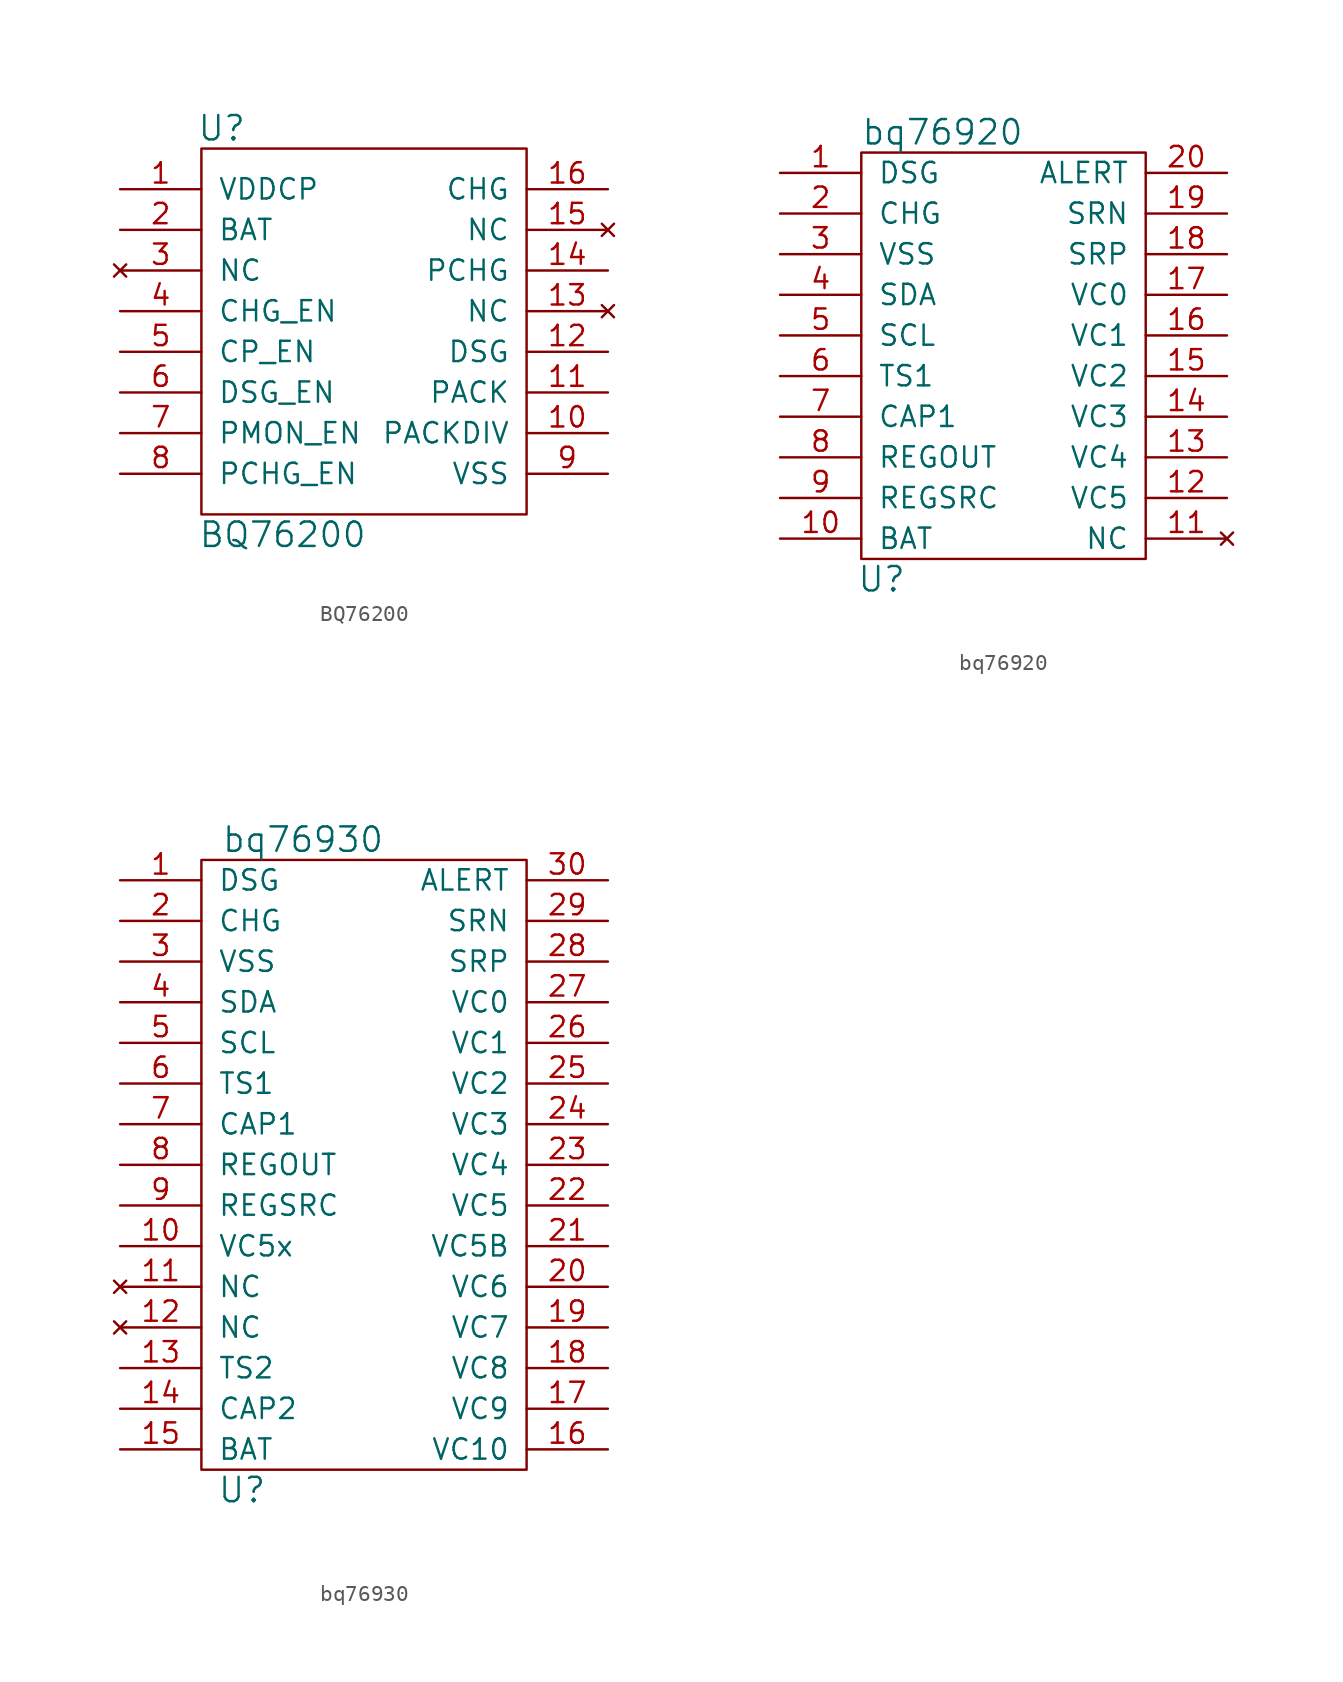
<source format=kicad_sym>
(kicad_symbol_lib
  (version 20211014)
  (generator kicad_symbol_editor)
  (symbol "BQ76200"
    (pin_names
      (offset 1.016))
    (property "Reference" "U"
      (at -8.89 12.7 0)
      (effects (font (size 1.524 1.524))))
    (property "Value" "BQ76200"
      (at -5.08 -12.7 0)
      (effects (font (size 1.524 1.524))))
    (symbol "BQ76200_0_1"
      (rectangle (start -10.16 11.43) (end 10.16 -11.43) (stroke (width 0) (type default) (color 0 0 0 0)) (fill (type none))))
    (symbol "BQ76200_1_1"
      (pin output line (at -15.24 8.89 0) (length 5.08) (name "VDDCP" (effects (font (size 1.27 1.27)))) (number "1" (effects (font (size 1.27 1.27)))))
      (pin power_out line (at 15.24 -6.35 180) (length 5.08) (name "PACKDIV" (effects (font (size 1.27 1.27)))) (number "10" (effects (font (size 1.27 1.27)))))
      (pin power_in line (at 15.24 -3.81 180) (length 5.08) (name "PACK" (effects (font (size 1.27 1.27)))) (number "11" (effects (font (size 1.27 1.27)))))
      (pin output line (at 15.24 -1.27 180) (length 5.08) (name "DSG" (effects (font (size 1.27 1.27)))) (number "12" (effects (font (size 1.27 1.27)))))
      (pin no_connect line (at 15.24 1.27 180) (length 5.08) (name "NC" (effects (font (size 1.27 1.27)))) (number "13" (effects (font (size 1.27 1.27)))))
      (pin output line (at 15.24 3.81 180) (length 5.08) (name "PCHG" (effects (font (size 1.27 1.27)))) (number "14" (effects (font (size 1.27 1.27)))))
      (pin no_connect line (at 15.24 6.35 180) (length 5.08) (name "NC" (effects (font (size 1.27 1.27)))) (number "15" (effects (font (size 1.27 1.27)))))
      (pin output line (at 15.24 8.89 180) (length 5.08) (name "CHG" (effects (font (size 1.27 1.27)))) (number "16" (effects (font (size 1.27 1.27)))))
      (pin power_in line (at -15.24 6.35 0) (length 5.08) (name "BAT" (effects (font (size 1.27 1.27)))) (number "2" (effects (font (size 1.27 1.27)))))
      (pin no_connect line (at -15.24 3.81 0) (length 5.08) (name "NC" (effects (font (size 1.27 1.27)))) (number "3" (effects (font (size 1.27 1.27)))))
      (pin input line (at -15.24 1.27 0) (length 5.08) (name "CHG_EN" (effects (font (size 1.27 1.27)))) (number "4" (effects (font (size 1.27 1.27)))))
      (pin input line (at -15.24 -1.27 0) (length 5.08) (name "CP_EN" (effects (font (size 1.27 1.27)))) (number "5" (effects (font (size 1.27 1.27)))))
      (pin input line (at -15.24 -3.81 0) (length 5.08) (name "DSG_EN" (effects (font (size 1.27 1.27)))) (number "6" (effects (font (size 1.27 1.27)))))
      (pin input line (at -15.24 -6.35 0) (length 5.08) (name "PMON_EN" (effects (font (size 1.27 1.27)))) (number "7" (effects (font (size 1.27 1.27)))))
      (pin input line (at -15.24 -8.89 0) (length 5.08) (name "PCHG_EN" (effects (font (size 1.27 1.27)))) (number "8" (effects (font (size 1.27 1.27)))))
      (pin power_in line (at 15.24 -8.89 180) (length 5.08) (name "VSS" (effects (font (size 1.27 1.27)))) (number "9" (effects (font (size 1.27 1.27)))))))
  (symbol "bq76920"
    (pin_names
      (offset 1.016))
    (property "Reference" "U"
      (at -7.62 -13.97 0)
      (effects (font (size 1.524 1.524))))
    (property "Value" "bq76920"
      (at -3.81 13.97 0)
      (effects (font (size 1.524 1.524))))
    (symbol "bq76920_0_1"
      (rectangle (start -8.89 12.7) (end 8.89 -12.7) (stroke (width 0) (type default) (color 0 0 0 0)) (fill (type none))))
    (symbol "bq76920_1_1"
      (pin output line (at -13.97 11.43 0) (length 5.08) (name "DSG" (effects (font (size 1.27 1.27)))) (number "1" (effects (font (size 1.27 1.27)))))
      (pin input line (at -13.97 -11.43 0) (length 5.08) (name "BAT" (effects (font (size 1.27 1.27)))) (number "10" (effects (font (size 1.27 1.27)))))
      (pin no_connect line (at 13.97 -11.43 180) (length 5.08) (name "NC" (effects (font (size 1.27 1.27)))) (number "11" (effects (font (size 1.27 1.27)))))
      (pin input line (at 13.97 -8.89 180) (length 5.08) (name "VC5" (effects (font (size 1.27 1.27)))) (number "12" (effects (font (size 1.27 1.27)))))
      (pin input line (at 13.97 -6.35 180) (length 5.08) (name "VC4" (effects (font (size 1.27 1.27)))) (number "13" (effects (font (size 1.27 1.27)))))
      (pin input line (at 13.97 -3.81 180) (length 5.08) (name "VC3" (effects (font (size 1.27 1.27)))) (number "14" (effects (font (size 1.27 1.27)))))
      (pin input line (at 13.97 -1.27 180) (length 5.08) (name "VC2" (effects (font (size 1.27 1.27)))) (number "15" (effects (font (size 1.27 1.27)))))
      (pin input line (at 13.97 1.27 180) (length 5.08) (name "VC1" (effects (font (size 1.27 1.27)))) (number "16" (effects (font (size 1.27 1.27)))))
      (pin input line (at 13.97 3.81 180) (length 5.08) (name "VC0" (effects (font (size 1.27 1.27)))) (number "17" (effects (font (size 1.27 1.27)))))
      (pin input line (at 13.97 6.35 180) (length 5.08) (name "SRP" (effects (font (size 1.27 1.27)))) (number "18" (effects (font (size 1.27 1.27)))))
      (pin input line (at 13.97 8.89 180) (length 5.08) (name "SRN" (effects (font (size 1.27 1.27)))) (number "19" (effects (font (size 1.27 1.27)))))
      (pin output line (at -13.97 8.89 0) (length 5.08) (name "CHG" (effects (font (size 1.27 1.27)))) (number "2" (effects (font (size 1.27 1.27)))))
      (pin bidirectional line (at 13.97 11.43 180) (length 5.08) (name "ALERT" (effects (font (size 1.27 1.27)))) (number "20" (effects (font (size 1.27 1.27)))))
      (pin power_in line (at -13.97 6.35 0) (length 5.08) (name "VSS" (effects (font (size 1.27 1.27)))) (number "3" (effects (font (size 1.27 1.27)))))
      (pin bidirectional line (at -13.97 3.81 0) (length 5.08) (name "SDA" (effects (font (size 1.27 1.27)))) (number "4" (effects (font (size 1.27 1.27)))))
      (pin input line (at -13.97 1.27 0) (length 5.08) (name "SCL" (effects (font (size 1.27 1.27)))) (number "5" (effects (font (size 1.27 1.27)))))
      (pin input line (at -13.97 -1.27 0) (length 5.08) (name "TS1" (effects (font (size 1.27 1.27)))) (number "6" (effects (font (size 1.27 1.27)))))
      (pin output line (at -13.97 -3.81 0) (length 5.08) (name "CAP1" (effects (font (size 1.27 1.27)))) (number "7" (effects (font (size 1.27 1.27)))))
      (pin power_out line (at -13.97 -6.35 0) (length 5.08) (name "REGOUT" (effects (font (size 1.27 1.27)))) (number "8" (effects (font (size 1.27 1.27)))))
      (pin power_in line (at -13.97 -8.89 0) (length 5.08) (name "REGSRC" (effects (font (size 1.27 1.27)))) (number "9" (effects (font (size 1.27 1.27)))))))
  (symbol "bq76930"
    (pin_names
      (offset 1.016))
    (property "Reference" "U"
      (at -7.62 -20.32 0)
      (effects (font (size 1.524 1.524))))
    (property "Value" "bq76930"
      (at -3.81 20.32 0)
      (effects (font (size 1.524 1.524))))
    (symbol "bq76930_0_1"
      (rectangle (start -10.16 19.05) (end 10.16 -19.05) (stroke (width 0) (type default) (color 0 0 0 0)) (fill (type none))))
    (symbol "bq76930_1_1"
      (pin output line (at -15.24 17.78 0) (length 5.08) (name "DSG" (effects (font (size 1.27 1.27)))) (number "1" (effects (font (size 1.27 1.27)))))
      (pin input line (at -15.24 -5.08 0) (length 5.08) (name "VC5x" (effects (font (size 1.27 1.27)))) (number "10" (effects (font (size 1.27 1.27)))))
      (pin no_connect line (at -15.24 -7.62 0) (length 5.08) (name "NC" (effects (font (size 1.27 1.27)))) (number "11" (effects (font (size 1.27 1.27)))))
      (pin no_connect line (at -15.24 -10.16 0) (length 5.08) (name "NC" (effects (font (size 1.27 1.27)))) (number "12" (effects (font (size 1.27 1.27)))))
      (pin input line (at -15.24 -12.7 0) (length 5.08) (name "TS2" (effects (font (size 1.27 1.27)))) (number "13" (effects (font (size 1.27 1.27)))))
      (pin output line (at -15.24 -15.24 0) (length 5.08) (name "CAP2" (effects (font (size 1.27 1.27)))) (number "14" (effects (font (size 1.27 1.27)))))
      (pin power_in line (at -15.24 -17.78 0) (length 5.08) (name "BAT" (effects (font (size 1.27 1.27)))) (number "15" (effects (font (size 1.27 1.27)))))
      (pin input line (at 15.24 -17.78 180) (length 5.08) (name "VC10" (effects (font (size 1.27 1.27)))) (number "16" (effects (font (size 1.27 1.27)))))
      (pin input line (at 15.24 -15.24 180) (length 5.08) (name "VC9" (effects (font (size 1.27 1.27)))) (number "17" (effects (font (size 1.27 1.27)))))
      (pin input line (at 15.24 -12.7 180) (length 5.08) (name "VC8" (effects (font (size 1.27 1.27)))) (number "18" (effects (font (size 1.27 1.27)))))
      (pin input line (at 15.24 -10.16 180) (length 5.08) (name "VC7" (effects (font (size 1.27 1.27)))) (number "19" (effects (font (size 1.27 1.27)))))
      (pin output line (at -15.24 15.24 0) (length 5.08) (name "CHG" (effects (font (size 1.27 1.27)))) (number "2" (effects (font (size 1.27 1.27)))))
      (pin input line (at 15.24 -7.62 180) (length 5.08) (name "VC6" (effects (font (size 1.27 1.27)))) (number "20" (effects (font (size 1.27 1.27)))))
      (pin input line (at 15.24 -5.08 180) (length 5.08) (name "VC5B" (effects (font (size 1.27 1.27)))) (number "21" (effects (font (size 1.27 1.27)))))
      (pin input line (at 15.24 -2.54 180) (length 5.08) (name "VC5" (effects (font (size 1.27 1.27)))) (number "22" (effects (font (size 1.27 1.27)))))
      (pin input line (at 15.24 0 180) (length 5.08) (name "VC4" (effects (font (size 1.27 1.27)))) (number "23" (effects (font (size 1.27 1.27)))))
      (pin input line (at 15.24 2.54 180) (length 5.08) (name "VC3" (effects (font (size 1.27 1.27)))) (number "24" (effects (font (size 1.27 1.27)))))
      (pin input line (at 15.24 5.08 180) (length 5.08) (name "VC2" (effects (font (size 1.27 1.27)))) (number "25" (effects (font (size 1.27 1.27)))))
      (pin input line (at 15.24 7.62 180) (length 5.08) (name "VC1" (effects (font (size 1.27 1.27)))) (number "26" (effects (font (size 1.27 1.27)))))
      (pin input line (at 15.24 10.16 180) (length 5.08) (name "VC0" (effects (font (size 1.27 1.27)))) (number "27" (effects (font (size 1.27 1.27)))))
      (pin input line (at 15.24 12.7 180) (length 5.08) (name "SRP" (effects (font (size 1.27 1.27)))) (number "28" (effects (font (size 1.27 1.27)))))
      (pin input line (at 15.24 15.24 180) (length 5.08) (name "SRN" (effects (font (size 1.27 1.27)))) (number "29" (effects (font (size 1.27 1.27)))))
      (pin power_in line (at -15.24 12.7 0) (length 5.08) (name "VSS" (effects (font (size 1.27 1.27)))) (number "3" (effects (font (size 1.27 1.27)))))
      (pin bidirectional line (at 15.24 17.78 180) (length 5.08) (name "ALERT" (effects (font (size 1.27 1.27)))) (number "30" (effects (font (size 1.27 1.27)))))
      (pin bidirectional line (at -15.24 10.16 0) (length 5.08) (name "SDA" (effects (font (size 1.27 1.27)))) (number "4" (effects (font (size 1.27 1.27)))))
      (pin input line (at -15.24 7.62 0) (length 5.08) (name "SCL" (effects (font (size 1.27 1.27)))) (number "5" (effects (font (size 1.27 1.27)))))
      (pin input line (at -15.24 5.08 0) (length 5.08) (name "TS1" (effects (font (size 1.27 1.27)))) (number "6" (effects (font (size 1.27 1.27)))))
      (pin output line (at -15.24 2.54 0) (length 5.08) (name "CAP1" (effects (font (size 1.27 1.27)))) (number "7" (effects (font (size 1.27 1.27)))))
      (pin power_out line (at -15.24 0 0) (length 5.08) (name "REGOUT" (effects (font (size 1.27 1.27)))) (number "8" (effects (font (size 1.27 1.27)))))
      (pin power_in line (at -15.24 -2.54 0) (length 5.08) (name "REGSRC" (effects (font (size 1.27 1.27)))) (number "9" (effects (font (size 1.27 1.27))))))))
</source>
